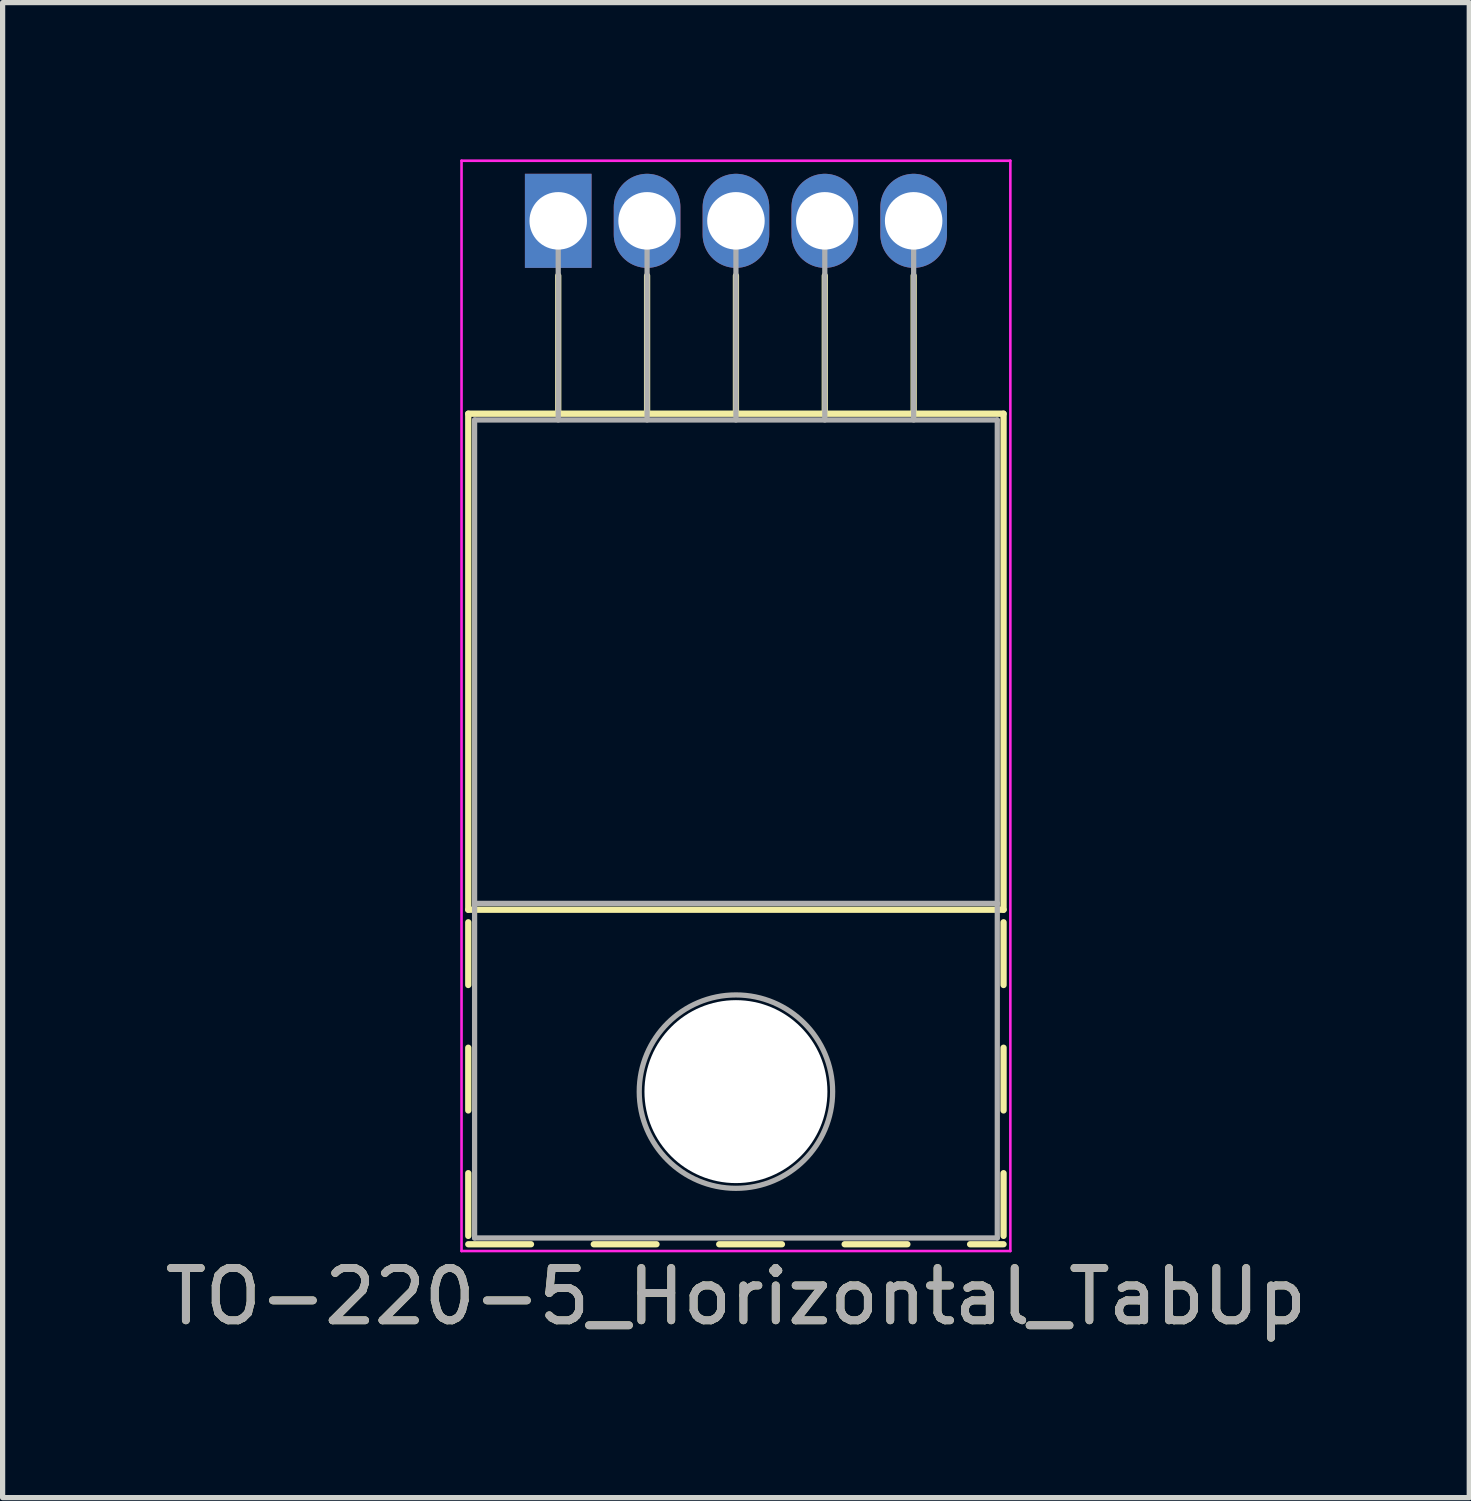
<source format=kicad_pcb>
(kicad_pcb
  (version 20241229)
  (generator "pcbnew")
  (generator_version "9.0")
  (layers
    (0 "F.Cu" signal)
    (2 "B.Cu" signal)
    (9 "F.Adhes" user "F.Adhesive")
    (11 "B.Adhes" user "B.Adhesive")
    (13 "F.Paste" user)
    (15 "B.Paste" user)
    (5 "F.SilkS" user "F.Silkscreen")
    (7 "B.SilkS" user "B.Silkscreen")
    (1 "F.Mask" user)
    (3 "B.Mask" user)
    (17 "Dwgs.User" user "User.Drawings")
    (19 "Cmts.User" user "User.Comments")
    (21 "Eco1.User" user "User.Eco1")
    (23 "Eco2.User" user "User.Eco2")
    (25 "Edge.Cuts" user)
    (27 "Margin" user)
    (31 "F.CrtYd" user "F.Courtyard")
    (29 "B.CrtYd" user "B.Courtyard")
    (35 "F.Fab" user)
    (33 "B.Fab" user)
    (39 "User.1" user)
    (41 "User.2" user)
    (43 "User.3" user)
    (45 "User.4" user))
  (footprint "TO-220-5_Horizontal_TabUp"
    (layer "F.Cu")
    (at 7.63 1.175)
    (property "Reference" "TO-220-5_Horizontal_TabUp" (at 3.4 20.58 0) (layer "F.SilkS") (effects (font (size 1 1) (thickness 0.15))))
    (attr through_hole)
    (fp_line (start -1.721 3.69) (end -1.721 13.18) (stroke (width 0.12) (type solid)) (layer "F.SilkS"))
    (fp_line (start -1.721 3.69) (end 8.52 3.69) (stroke (width 0.12) (type solid)) (layer "F.SilkS"))
    (fp_line (start -1.721 13.18) (end 8.52 13.18) (stroke (width 0.12) (type solid)) (layer "F.SilkS"))
    (fp_line (start -1.721 13.42) (end -1.721 14.62) (stroke (width 0.12) (type solid)) (layer "F.SilkS"))
    (fp_line (start -1.721 15.82) (end -1.721 17.02) (stroke (width 0.12) (type solid)) (layer "F.SilkS"))
    (fp_line (start -1.721 18.22) (end -1.721 19.42) (stroke (width 0.12) (type solid)) (layer "F.SilkS"))
    (fp_line (start -1.721 19.58) (end -0.521 19.58) (stroke (width 0.12) (type solid)) (layer "F.SilkS"))
    (fp_line (start 0 1.05) (end 0 3.69) (stroke (width 0.12) (type solid)) (layer "F.SilkS"))
    (fp_line (start 0.68 19.58) (end 1.88 19.58) (stroke (width 0.12) (type solid)) (layer "F.SilkS"))
    (fp_line (start 1.7 1.05) (end 1.7 3.69) (stroke (width 0.12) (type solid)) (layer "F.SilkS"))
    (fp_line (start 3.08 19.58) (end 4.28 19.58) (stroke (width 0.12) (type solid)) (layer "F.SilkS"))
    (fp_line (start 3.4 1.05) (end 3.4 3.69) (stroke (width 0.12) (type solid)) (layer "F.SilkS"))
    (fp_line (start 5.1 1.05) (end 5.1 3.69) (stroke (width 0.12) (type solid)) (layer "F.SilkS"))
    (fp_line (start 5.48 19.58) (end 6.68 19.58) (stroke (width 0.12) (type solid)) (layer "F.SilkS"))
    (fp_line (start 6.8 1.05) (end 6.8 3.69) (stroke (width 0.12) (type solid)) (layer "F.SilkS"))
    (fp_line (start 7.88 19.58) (end 8.52 19.58) (stroke (width 0.12) (type solid)) (layer "F.SilkS"))
    (fp_line (start 8.52 3.69) (end 8.52 13.18) (stroke (width 0.12) (type solid)) (layer "F.SilkS"))
    (fp_line (start 8.52 13.42) (end 8.52 14.62) (stroke (width 0.12) (type solid)) (layer "F.SilkS"))
    (fp_line (start 8.52 15.82) (end 8.52 17.02) (stroke (width 0.12) (type solid)) (layer "F.SilkS"))
    (fp_line (start 8.52 18.22) (end 8.52 19.42) (stroke (width 0.12) (type solid)) (layer "F.SilkS"))
    (fp_line (start -1.85 -1.15) (end -1.85 19.71) (stroke (width 0.05) (type solid)) (layer "F.CrtYd"))
    (fp_line (start -1.85 19.71) (end 8.65 19.71) (stroke (width 0.05) (type solid)) (layer "F.CrtYd"))
    (fp_line (start 8.65 -1.15) (end -1.85 -1.15) (stroke (width 0.05) (type solid)) (layer "F.CrtYd"))
    (fp_line (start 8.65 19.71) (end 8.65 -1.15) (stroke (width 0.05) (type solid)) (layer "F.CrtYd"))
    (fp_line (start -1.6 3.81) (end -1.6 13.06) (stroke (width 0.1) (type solid)) (layer "F.Fab"))
    (fp_line (start -1.6 13.06) (end -1.6 19.46) (stroke (width 0.1) (type solid)) (layer "F.Fab"))
    (fp_line (start -1.6 13.06) (end 8.4 13.06) (stroke (width 0.1) (type solid)) (layer "F.Fab"))
    (fp_line (start -1.6 19.46) (end 8.4 19.46) (stroke (width 0.1) (type solid)) (layer "F.Fab"))
    (fp_line (start 0 3.81) (end 0 0) (stroke (width 0.1) (type solid)) (layer "F.Fab"))
    (fp_line (start 1.7 3.81) (end 1.7 0) (stroke (width 0.1) (type solid)) (layer "F.Fab"))
    (fp_line (start 3.4 3.81) (end 3.4 0) (stroke (width 0.1) (type solid)) (layer "F.Fab"))
    (fp_line (start 5.1 3.81) (end 5.1 0) (stroke (width 0.1) (type solid)) (layer "F.Fab"))
    (fp_line (start 6.8 3.81) (end 6.8 0) (stroke (width 0.1) (type solid)) (layer "F.Fab"))
    (fp_line (start 8.4 3.81) (end -1.6 3.81) (stroke (width 0.1) (type solid)) (layer "F.Fab"))
    (fp_line (start 8.4 13.06) (end -1.6 13.06) (stroke (width 0.1) (type solid)) (layer "F.Fab"))
    (fp_line (start 8.4 13.06) (end 8.4 3.81) (stroke (width 0.1) (type solid)) (layer "F.Fab"))
    (fp_line (start 8.4 19.46) (end 8.4 13.06) (stroke (width 0.1) (type solid)) (layer "F.Fab"))
    (fp_circle (center 3.4 16.66) (end 5.25 16.66) (stroke (width 0.1) (type solid)) (fill no) (layer "F.Fab"))
    (fp_text user "${REFERENCE}" (at 3.4 20.58 0) (layer "F.Fab") (effects (font (size 1 1) (thickness 0.15))))
    (pad "" np_thru_hole oval (at 3.4 16.66) (size 3.5 3.5) (drill 3.5) (layers "*.Cu" "*.Mask"))
    (pad "1" thru_hole rect (at 0 0) (size 1.275 1.8) (drill 1.1) (layers "*.Cu" "*.Mask"))
    (pad "2" thru_hole oval (at 1.7 0) (size 1.275 1.8) (drill 1.1) (layers "*.Cu" "*.Mask"))
    (pad "3" thru_hole oval (at 3.4 0) (size 1.275 1.8) (drill 1.1) (layers "*.Cu" "*.Mask"))
    (pad "4" thru_hole oval (at 5.1 0) (size 1.275 1.8) (drill 1.1) (layers "*.Cu" "*.Mask"))
    (pad "5" thru_hole oval (at 6.8 0) (size 1.275 1.8) (drill 1.1) (layers "*.Cu" "*.Mask")))
  (gr_rect
    (start -3 -3)
    (end 25.06 25.603)
    (stroke (width 0.1) (type default))
    (fill no)
    (layer "Edge.Cuts")))
</source>
